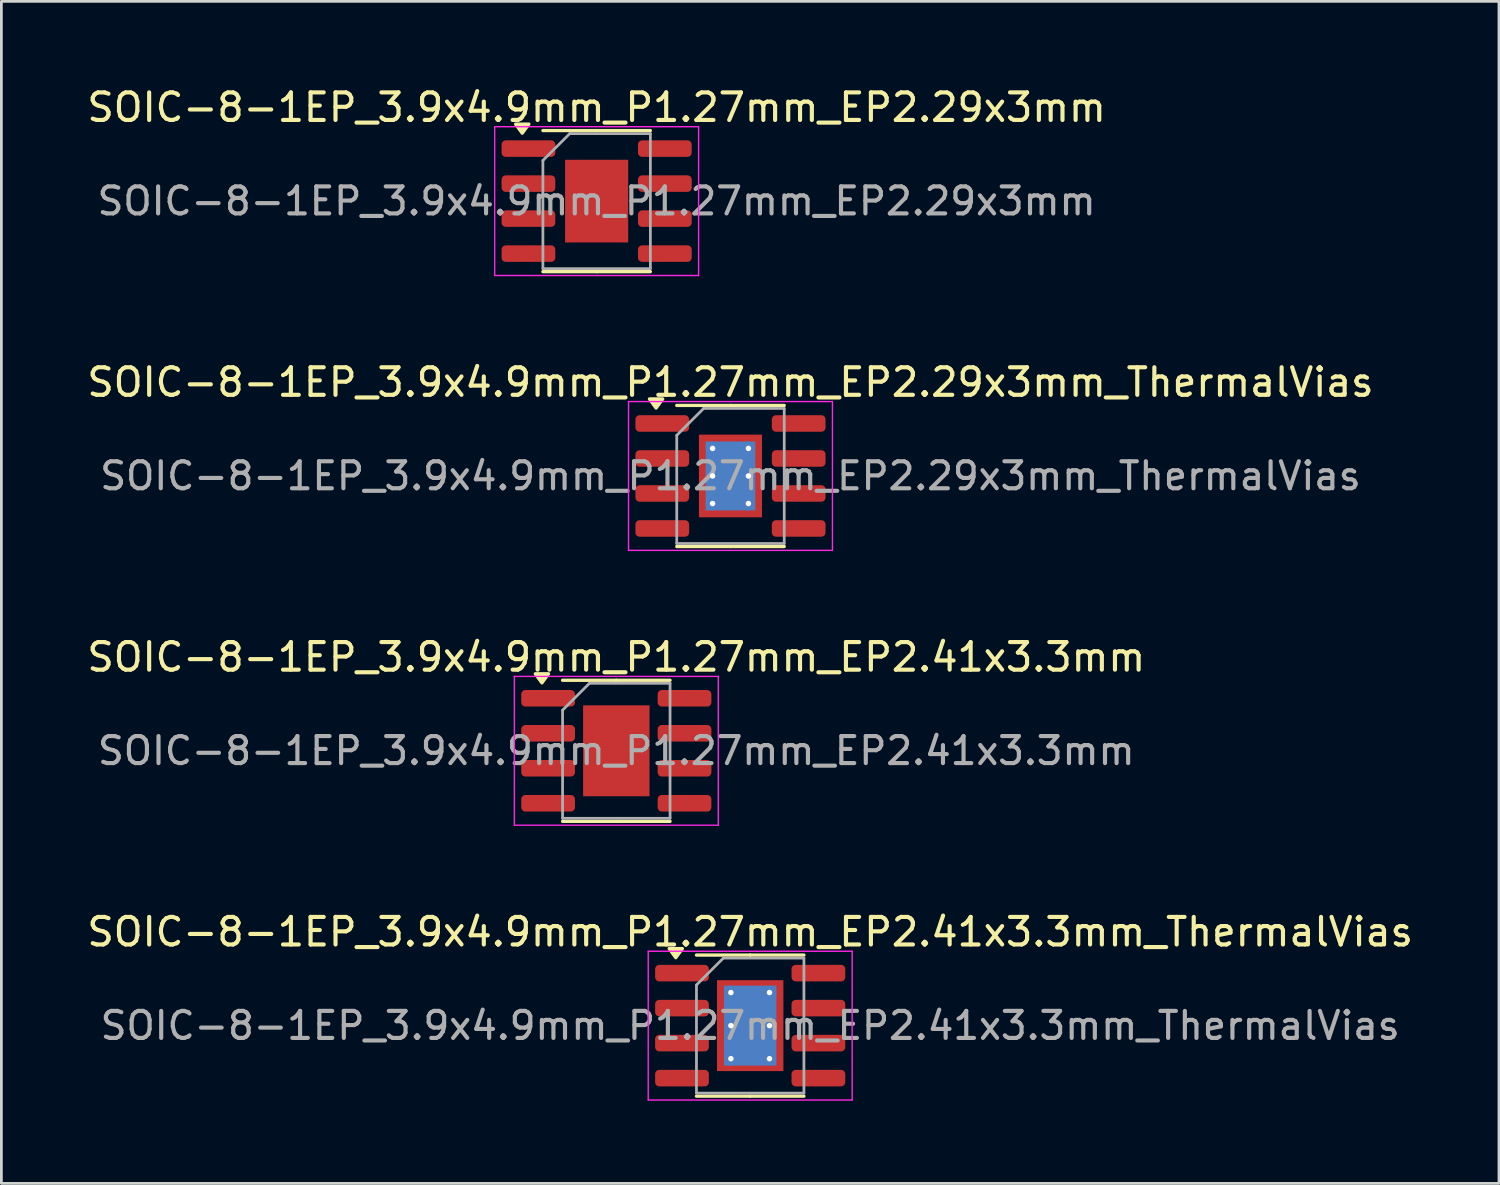
<source format=kicad_pcb>
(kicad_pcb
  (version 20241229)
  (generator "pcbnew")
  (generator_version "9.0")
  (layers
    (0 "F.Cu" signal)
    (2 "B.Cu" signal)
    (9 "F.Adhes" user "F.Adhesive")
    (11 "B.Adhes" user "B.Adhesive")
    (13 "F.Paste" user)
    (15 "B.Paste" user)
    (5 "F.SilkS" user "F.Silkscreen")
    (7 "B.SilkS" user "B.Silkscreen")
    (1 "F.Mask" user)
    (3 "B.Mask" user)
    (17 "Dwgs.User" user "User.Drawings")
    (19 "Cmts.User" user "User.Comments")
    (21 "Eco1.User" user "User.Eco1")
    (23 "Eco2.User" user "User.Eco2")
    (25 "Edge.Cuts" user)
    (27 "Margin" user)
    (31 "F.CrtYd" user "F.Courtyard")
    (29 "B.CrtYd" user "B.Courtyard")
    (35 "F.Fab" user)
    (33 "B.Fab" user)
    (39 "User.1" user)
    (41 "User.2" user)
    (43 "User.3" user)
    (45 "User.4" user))
  (footprint "SOIC-8-1EP_3.9x4.9mm_P1.27mm_EP2.29x3mm"
    (layer "F.Cu")
    (at 18.601 4.248)
    (property "Reference" "SOIC-8-1EP_3.9x4.9mm_P1.27mm_EP2.29x3mm" (at 0 -3.4 0) (layer "F.SilkS") (effects (font (size 1 1) (thickness 0.15))))
    (attr smd)
    (fp_line (start 0 -2.56) (end -1.95 -2.56) (stroke (width 0.12) (type solid)) (layer "F.SilkS"))
    (fp_line (start 0 -2.56) (end 1.95 -2.56) (stroke (width 0.12) (type solid)) (layer "F.SilkS"))
    (fp_line (start 0 2.56) (end -1.95 2.56) (stroke (width 0.12) (type solid)) (layer "F.SilkS"))
    (fp_line (start 0 2.56) (end 1.95 2.56) (stroke (width 0.12) (type solid)) (layer "F.SilkS"))
    (fp_poly (pts (xy -2.7 -2.465) (xy -2.94 -2.795) (xy -2.46 -2.795) (xy -2.7 -2.465)) (stroke (width 0.12) (type solid)) (fill yes) (layer "F.SilkS"))
    (fp_line (start -3.7 -2.7) (end -3.7 2.7) (stroke (width 0.05) (type solid)) (layer "F.CrtYd"))
    (fp_line (start -3.7 2.7) (end 3.7 2.7) (stroke (width 0.05) (type solid)) (layer "F.CrtYd"))
    (fp_line (start 3.7 -2.7) (end -3.7 -2.7) (stroke (width 0.05) (type solid)) (layer "F.CrtYd"))
    (fp_line (start 3.7 2.7) (end 3.7 -2.7) (stroke (width 0.05) (type solid)) (layer "F.CrtYd"))
    (fp_line (start -1.95 -1.475) (end -0.975 -2.45) (stroke (width 0.1) (type solid)) (layer "F.Fab"))
    (fp_line (start -1.95 2.45) (end -1.95 -1.475) (stroke (width 0.1) (type solid)) (layer "F.Fab"))
    (fp_line (start -0.975 -2.45) (end 1.95 -2.45) (stroke (width 0.1) (type solid)) (layer "F.Fab"))
    (fp_line (start 1.95 -2.45) (end 1.95 2.45) (stroke (width 0.1) (type solid)) (layer "F.Fab"))
    (fp_line (start 1.95 2.45) (end -1.95 2.45) (stroke (width 0.1) (type solid)) (layer "F.Fab"))
    (fp_text user "${REFERENCE}" (at 0 0 0) (layer "F.Fab") (effects (font (size 0.98 0.98) (thickness 0.15))))
    (pad "" smd roundrect (at -0.57 -0.75) (size 0.92 1.21) (layers "F.Paste") (roundrect_rratio 0.25))
    (pad "" smd roundrect (at -0.57 0.75) (size 0.92 1.21) (layers "F.Paste") (roundrect_rratio 0.25))
    (pad "" smd roundrect (at 0.57 -0.75) (size 0.92 1.21) (layers "F.Paste") (roundrect_rratio 0.25))
    (pad "" smd roundrect (at 0.57 0.75) (size 0.92 1.21) (layers "F.Paste") (roundrect_rratio 0.25))
    (pad "1" smd roundrect (at -2.475 -1.905) (size 1.95 0.6) (layers "F.Cu" "F.Mask" "F.Paste") (roundrect_rratio 0.25))
    (pad "2" smd roundrect (at -2.475 -0.635) (size 1.95 0.6) (layers "F.Cu" "F.Mask" "F.Paste") (roundrect_rratio 0.25))
    (pad "3" smd roundrect (at -2.475 0.635) (size 1.95 0.6) (layers "F.Cu" "F.Mask" "F.Paste") (roundrect_rratio 0.25))
    (pad "4" smd roundrect (at -2.475 1.905) (size 1.95 0.6) (layers "F.Cu" "F.Mask" "F.Paste") (roundrect_rratio 0.25))
    (pad "5" smd roundrect (at 2.475 1.905) (size 1.95 0.6) (layers "F.Cu" "F.Mask" "F.Paste") (roundrect_rratio 0.25))
    (pad "6" smd roundrect (at 2.475 0.635) (size 1.95 0.6) (layers "F.Cu" "F.Mask" "F.Paste") (roundrect_rratio 0.25))
    (pad "7" smd roundrect (at 2.475 -0.635) (size 1.95 0.6) (layers "F.Cu" "F.Mask" "F.Paste") (roundrect_rratio 0.25))
    (pad "8" smd roundrect (at 2.475 -1.905) (size 1.95 0.6) (layers "F.Cu" "F.Mask" "F.Paste") (roundrect_rratio 0.25))
    (pad "9" smd rect (at 0 0) (size 2.29 3) (property pad_prop_heatsink) (layers "F.Cu" "F.Mask")))
  (footprint "SOIC-8-1EP_3.9x4.9mm_P1.27mm_EP2.29x3mm_ThermalVias"
    (layer "F.Cu")
    (at 23.458 14.222)
    (property "Reference" "SOIC-8-1EP_3.9x4.9mm_P1.27mm_EP2.29x3mm_ThermalVias" (at 0 -3.4 0) (layer "F.SilkS") (effects (font (size 1 1) (thickness 0.15))))
    (attr smd)
    (fp_line (start 0 -2.56) (end -1.95 -2.56) (stroke (width 0.12) (type solid)) (layer "F.SilkS"))
    (fp_line (start 0 -2.56) (end 1.95 -2.56) (stroke (width 0.12) (type solid)) (layer "F.SilkS"))
    (fp_line (start 0 2.56) (end -1.95 2.56) (stroke (width 0.12) (type solid)) (layer "F.SilkS"))
    (fp_line (start 0 2.56) (end 1.95 2.56) (stroke (width 0.12) (type solid)) (layer "F.SilkS"))
    (fp_poly (pts (xy -2.7 -2.465) (xy -2.94 -2.795) (xy -2.46 -2.795) (xy -2.7 -2.465)) (stroke (width 0.12) (type solid)) (fill yes) (layer "F.SilkS"))
    (fp_line (start -3.7 -2.7) (end -3.7 2.7) (stroke (width 0.05) (type solid)) (layer "F.CrtYd"))
    (fp_line (start -3.7 2.7) (end 3.7 2.7) (stroke (width 0.05) (type solid)) (layer "F.CrtYd"))
    (fp_line (start 3.7 -2.7) (end -3.7 -2.7) (stroke (width 0.05) (type solid)) (layer "F.CrtYd"))
    (fp_line (start 3.7 2.7) (end 3.7 -2.7) (stroke (width 0.05) (type solid)) (layer "F.CrtYd"))
    (fp_line (start -1.95 -1.475) (end -0.975 -2.45) (stroke (width 0.1) (type solid)) (layer "F.Fab"))
    (fp_line (start -1.95 2.45) (end -1.95 -1.475) (stroke (width 0.1) (type solid)) (layer "F.Fab"))
    (fp_line (start -0.975 -2.45) (end 1.95 -2.45) (stroke (width 0.1) (type solid)) (layer "F.Fab"))
    (fp_line (start 1.95 -2.45) (end 1.95 2.45) (stroke (width 0.1) (type solid)) (layer "F.Fab"))
    (fp_line (start 1.95 2.45) (end -1.95 2.45) (stroke (width 0.1) (type solid)) (layer "F.Fab"))
    (fp_text user "${REFERENCE}" (at 0 0 0) (layer "F.Fab") (effects (font (size 0.98 0.98) (thickness 0.15))))
    (pad "" smd roundrect (at -0.57 -0.75) (size 0.96 1.25) (layers "F.Paste") (roundrect_rratio 0.25))
    (pad "" smd roundrect (at -0.57 0.75) (size 0.96 1.25) (layers "F.Paste") (roundrect_rratio 0.25))
    (pad "" smd roundrect (at 0.57 -0.75) (size 0.96 1.25) (layers "F.Paste") (roundrect_rratio 0.25))
    (pad "" smd roundrect (at 0.57 0.75) (size 0.96 1.25) (layers "F.Paste") (roundrect_rratio 0.25))
    (pad "1" smd roundrect (at -2.475 -1.905) (size 1.95 0.6) (layers "F.Cu" "F.Mask" "F.Paste") (roundrect_rratio 0.25))
    (pad "2" smd roundrect (at -2.475 -0.635) (size 1.95 0.6) (layers "F.Cu" "F.Mask" "F.Paste") (roundrect_rratio 0.25))
    (pad "3" smd roundrect (at -2.475 0.635) (size 1.95 0.6) (layers "F.Cu" "F.Mask" "F.Paste") (roundrect_rratio 0.25))
    (pad "4" smd roundrect (at -2.475 1.905) (size 1.95 0.6) (layers "F.Cu" "F.Mask" "F.Paste") (roundrect_rratio 0.25))
    (pad "5" smd roundrect (at 2.475 1.905) (size 1.95 0.6) (layers "F.Cu" "F.Mask" "F.Paste") (roundrect_rratio 0.25))
    (pad "6" smd roundrect (at 2.475 0.635) (size 1.95 0.6) (layers "F.Cu" "F.Mask" "F.Paste") (roundrect_rratio 0.25))
    (pad "7" smd roundrect (at 2.475 -0.635) (size 1.95 0.6) (layers "F.Cu" "F.Mask" "F.Paste") (roundrect_rratio 0.25))
    (pad "8" smd roundrect (at 2.475 -1.905) (size 1.95 0.6) (layers "F.Cu" "F.Mask" "F.Paste") (roundrect_rratio 0.25))
    (pad "9" thru_hole circle (at -0.65 -1) (size 0.5 0.5) (drill 0.2) (property pad_prop_heatsink) (layers "*.Cu"))
    (pad "9" thru_hole circle (at -0.65 0) (size 0.5 0.5) (drill 0.2) (property pad_prop_heatsink) (layers "*.Cu"))
    (pad "9" thru_hole circle (at -0.65 1) (size 0.5 0.5) (drill 0.2) (property pad_prop_heatsink) (layers "*.Cu"))
    (pad "9" smd rect (at 0 0) (size 1.8 2.5) (property pad_prop_heatsink) (layers "B.Cu"))
    (pad "9" smd rect (at 0 0) (size 2.29 3) (property pad_prop_heatsink) (layers "F.Cu" "F.Mask"))
    (pad "9" thru_hole circle (at 0.65 -1) (size 0.5 0.5) (drill 0.2) (property pad_prop_heatsink) (layers "*.Cu"))
    (pad "9" thru_hole circle (at 0.65 0) (size 0.5 0.5) (drill 0.2) (property pad_prop_heatsink) (layers "*.Cu"))
    (pad "9" thru_hole circle (at 0.65 1) (size 0.5 0.5) (drill 0.2) (property pad_prop_heatsink) (layers "*.Cu")))
  (footprint "SOIC-8-1EP_3.9x4.9mm_P1.27mm_EP2.41x3.3mm"
    (layer "F.Cu")
    (at 19.315 24.195)
    (property "Reference" "SOIC-8-1EP_3.9x4.9mm_P1.27mm_EP2.41x3.3mm" (at 0 -3.4 0) (layer "F.SilkS") (effects (font (size 1 1) (thickness 0.15))))
    (attr smd)
    (fp_line (start 0 -2.56) (end -1.95 -2.56) (stroke (width 0.12) (type solid)) (layer "F.SilkS"))
    (fp_line (start 0 -2.56) (end 1.95 -2.56) (stroke (width 0.12) (type solid)) (layer "F.SilkS"))
    (fp_line (start 0 2.56) (end -1.95 2.56) (stroke (width 0.12) (type solid)) (layer "F.SilkS"))
    (fp_line (start 0 2.56) (end 1.95 2.56) (stroke (width 0.12) (type solid)) (layer "F.SilkS"))
    (fp_poly (pts (xy -2.7 -2.465) (xy -2.94 -2.795) (xy -2.46 -2.795) (xy -2.7 -2.465)) (stroke (width 0.12) (type solid)) (fill yes) (layer "F.SilkS"))
    (fp_line (start -3.7 -2.7) (end -3.7 2.7) (stroke (width 0.05) (type solid)) (layer "F.CrtYd"))
    (fp_line (start -3.7 2.7) (end 3.7 2.7) (stroke (width 0.05) (type solid)) (layer "F.CrtYd"))
    (fp_line (start 3.7 -2.7) (end -3.7 -2.7) (stroke (width 0.05) (type solid)) (layer "F.CrtYd"))
    (fp_line (start 3.7 2.7) (end 3.7 -2.7) (stroke (width 0.05) (type solid)) (layer "F.CrtYd"))
    (fp_line (start -1.95 -1.475) (end -0.975 -2.45) (stroke (width 0.1) (type solid)) (layer "F.Fab"))
    (fp_line (start -1.95 2.45) (end -1.95 -1.475) (stroke (width 0.1) (type solid)) (layer "F.Fab"))
    (fp_line (start -0.975 -2.45) (end 1.95 -2.45) (stroke (width 0.1) (type solid)) (layer "F.Fab"))
    (fp_line (start 1.95 -2.45) (end 1.95 2.45) (stroke (width 0.1) (type solid)) (layer "F.Fab"))
    (fp_line (start 1.95 2.45) (end -1.95 2.45) (stroke (width 0.1) (type solid)) (layer "F.Fab"))
    (fp_text user "${REFERENCE}" (at 0 0 0) (layer "F.Fab") (effects (font (size 0.98 0.98) (thickness 0.15))))
    (pad "" smd roundrect (at -0.6 -0.825) (size 0.97 1.33) (layers "F.Paste") (roundrect_rratio 0.25))
    (pad "" smd roundrect (at -0.6 0.825) (size 0.97 1.33) (layers "F.Paste") (roundrect_rratio 0.25))
    (pad "" smd roundrect (at 0.6 -0.825) (size 0.97 1.33) (layers "F.Paste") (roundrect_rratio 0.25))
    (pad "" smd roundrect (at 0.6 0.825) (size 0.97 1.33) (layers "F.Paste") (roundrect_rratio 0.25))
    (pad "1" smd roundrect (at -2.475 -1.905) (size 1.95 0.6) (layers "F.Cu" "F.Mask" "F.Paste") (roundrect_rratio 0.25))
    (pad "2" smd roundrect (at -2.475 -0.635) (size 1.95 0.6) (layers "F.Cu" "F.Mask" "F.Paste") (roundrect_rratio 0.25))
    (pad "3" smd roundrect (at -2.475 0.635) (size 1.95 0.6) (layers "F.Cu" "F.Mask" "F.Paste") (roundrect_rratio 0.25))
    (pad "4" smd roundrect (at -2.475 1.905) (size 1.95 0.6) (layers "F.Cu" "F.Mask" "F.Paste") (roundrect_rratio 0.25))
    (pad "5" smd roundrect (at 2.475 1.905) (size 1.95 0.6) (layers "F.Cu" "F.Mask" "F.Paste") (roundrect_rratio 0.25))
    (pad "6" smd roundrect (at 2.475 0.635) (size 1.95 0.6) (layers "F.Cu" "F.Mask" "F.Paste") (roundrect_rratio 0.25))
    (pad "7" smd roundrect (at 2.475 -0.635) (size 1.95 0.6) (layers "F.Cu" "F.Mask" "F.Paste") (roundrect_rratio 0.25))
    (pad "8" smd roundrect (at 2.475 -1.905) (size 1.95 0.6) (layers "F.Cu" "F.Mask" "F.Paste") (roundrect_rratio 0.25))
    (pad "9" smd rect (at 0 0) (size 2.41 3.3) (property pad_prop_heatsink) (layers "F.Cu" "F.Mask")))
  (footprint "SOIC-8-1EP_3.9x4.9mm_P1.27mm_EP2.41x3.3mm_ThermalVias"
    (layer "F.Cu")
    (at 24.173 34.168)
    (property "Reference" "SOIC-8-1EP_3.9x4.9mm_P1.27mm_EP2.41x3.3mm_ThermalVias" (at 0 -3.4 0) (layer "F.SilkS") (effects (font (size 1 1) (thickness 0.15))))
    (attr smd)
    (fp_line (start 0 -2.56) (end -1.95 -2.56) (stroke (width 0.12) (type solid)) (layer "F.SilkS"))
    (fp_line (start 0 -2.56) (end 1.95 -2.56) (stroke (width 0.12) (type solid)) (layer "F.SilkS"))
    (fp_line (start 0 2.56) (end -1.95 2.56) (stroke (width 0.12) (type solid)) (layer "F.SilkS"))
    (fp_line (start 0 2.56) (end 1.95 2.56) (stroke (width 0.12) (type solid)) (layer "F.SilkS"))
    (fp_poly (pts (xy -2.7 -2.465) (xy -2.94 -2.795) (xy -2.46 -2.795) (xy -2.7 -2.465)) (stroke (width 0.12) (type solid)) (fill yes) (layer "F.SilkS"))
    (fp_line (start -3.7 -2.7) (end -3.7 2.7) (stroke (width 0.05) (type solid)) (layer "F.CrtYd"))
    (fp_line (start -3.7 2.7) (end 3.7 2.7) (stroke (width 0.05) (type solid)) (layer "F.CrtYd"))
    (fp_line (start 3.7 -2.7) (end -3.7 -2.7) (stroke (width 0.05) (type solid)) (layer "F.CrtYd"))
    (fp_line (start 3.7 2.7) (end 3.7 -2.7) (stroke (width 0.05) (type solid)) (layer "F.CrtYd"))
    (fp_line (start -1.95 -1.475) (end -0.975 -2.45) (stroke (width 0.1) (type solid)) (layer "F.Fab"))
    (fp_line (start -1.95 2.45) (end -1.95 -1.475) (stroke (width 0.1) (type solid)) (layer "F.Fab"))
    (fp_line (start -0.975 -2.45) (end 1.95 -2.45) (stroke (width 0.1) (type solid)) (layer "F.Fab"))
    (fp_line (start 1.95 -2.45) (end 1.95 2.45) (stroke (width 0.1) (type solid)) (layer "F.Fab"))
    (fp_line (start 1.95 2.45) (end -1.95 2.45) (stroke (width 0.1) (type solid)) (layer "F.Fab"))
    (fp_text user "${REFERENCE}" (at 0 0 0) (layer "F.Fab") (effects (font (size 0.98 0.98) (thickness 0.15))))
    (pad "" smd roundrect (at -0.6 -0.825) (size 1.01 1.38) (layers "F.Paste") (roundrect_rratio 0.248))
    (pad "" smd roundrect (at -0.6 0.825) (size 1.01 1.38) (layers "F.Paste") (roundrect_rratio 0.248))
    (pad "" smd roundrect (at 0.6 -0.825) (size 1.01 1.38) (layers "F.Paste") (roundrect_rratio 0.248))
    (pad "" smd roundrect (at 0.6 0.825) (size 1.01 1.38) (layers "F.Paste") (roundrect_rratio 0.248))
    (pad "1" smd roundrect (at -2.475 -1.905) (size 1.95 0.6) (layers "F.Cu" "F.Mask" "F.Paste") (roundrect_rratio 0.25))
    (pad "2" smd roundrect (at -2.475 -0.635) (size 1.95 0.6) (layers "F.Cu" "F.Mask" "F.Paste") (roundrect_rratio 0.25))
    (pad "3" smd roundrect (at -2.475 0.635) (size 1.95 0.6) (layers "F.Cu" "F.Mask" "F.Paste") (roundrect_rratio 0.25))
    (pad "4" smd roundrect (at -2.475 1.905) (size 1.95 0.6) (layers "F.Cu" "F.Mask" "F.Paste") (roundrect_rratio 0.25))
    (pad "5" smd roundrect (at 2.475 1.905) (size 1.95 0.6) (layers "F.Cu" "F.Mask" "F.Paste") (roundrect_rratio 0.25))
    (pad "6" smd roundrect (at 2.475 0.635) (size 1.95 0.6) (layers "F.Cu" "F.Mask" "F.Paste") (roundrect_rratio 0.25))
    (pad "7" smd roundrect (at 2.475 -0.635) (size 1.95 0.6) (layers "F.Cu" "F.Mask" "F.Paste") (roundrect_rratio 0.25))
    (pad "8" smd roundrect (at 2.475 -1.905) (size 1.95 0.6) (layers "F.Cu" "F.Mask" "F.Paste") (roundrect_rratio 0.25))
    (pad "9" thru_hole circle (at -0.7 -1.2) (size 0.5 0.5) (drill 0.2) (property pad_prop_heatsink) (layers "*.Cu"))
    (pad "9" thru_hole circle (at -0.7 0) (size 0.5 0.5) (drill 0.2) (property pad_prop_heatsink) (layers "*.Cu"))
    (pad "9" thru_hole circle (at -0.7 1.2) (size 0.5 0.5) (drill 0.2) (property pad_prop_heatsink) (layers "*.Cu"))
    (pad "9" smd rect (at 0 0) (size 1.9 2.9) (property pad_prop_heatsink) (layers "B.Cu"))
    (pad "9" smd rect (at 0 0) (size 2.41 3.3) (property pad_prop_heatsink) (layers "F.Cu" "F.Mask"))
    (pad "9" thru_hole circle (at 0.7 -1.2) (size 0.5 0.5) (drill 0.2) (property pad_prop_heatsink) (layers "*.Cu"))
    (pad "9" thru_hole circle (at 0.7 0) (size 0.5 0.5) (drill 0.2) (property pad_prop_heatsink) (layers "*.Cu"))
    (pad "9" thru_hole circle (at 0.7 1.2) (size 0.5 0.5) (drill 0.2) (property pad_prop_heatsink) (layers "*.Cu")))
  (gr_rect
    (start -3 -3)
    (end 51.345 39.893)
    (stroke (width 0.1) (type default))
    (fill no)
    (layer "Edge.Cuts")))
</source>
